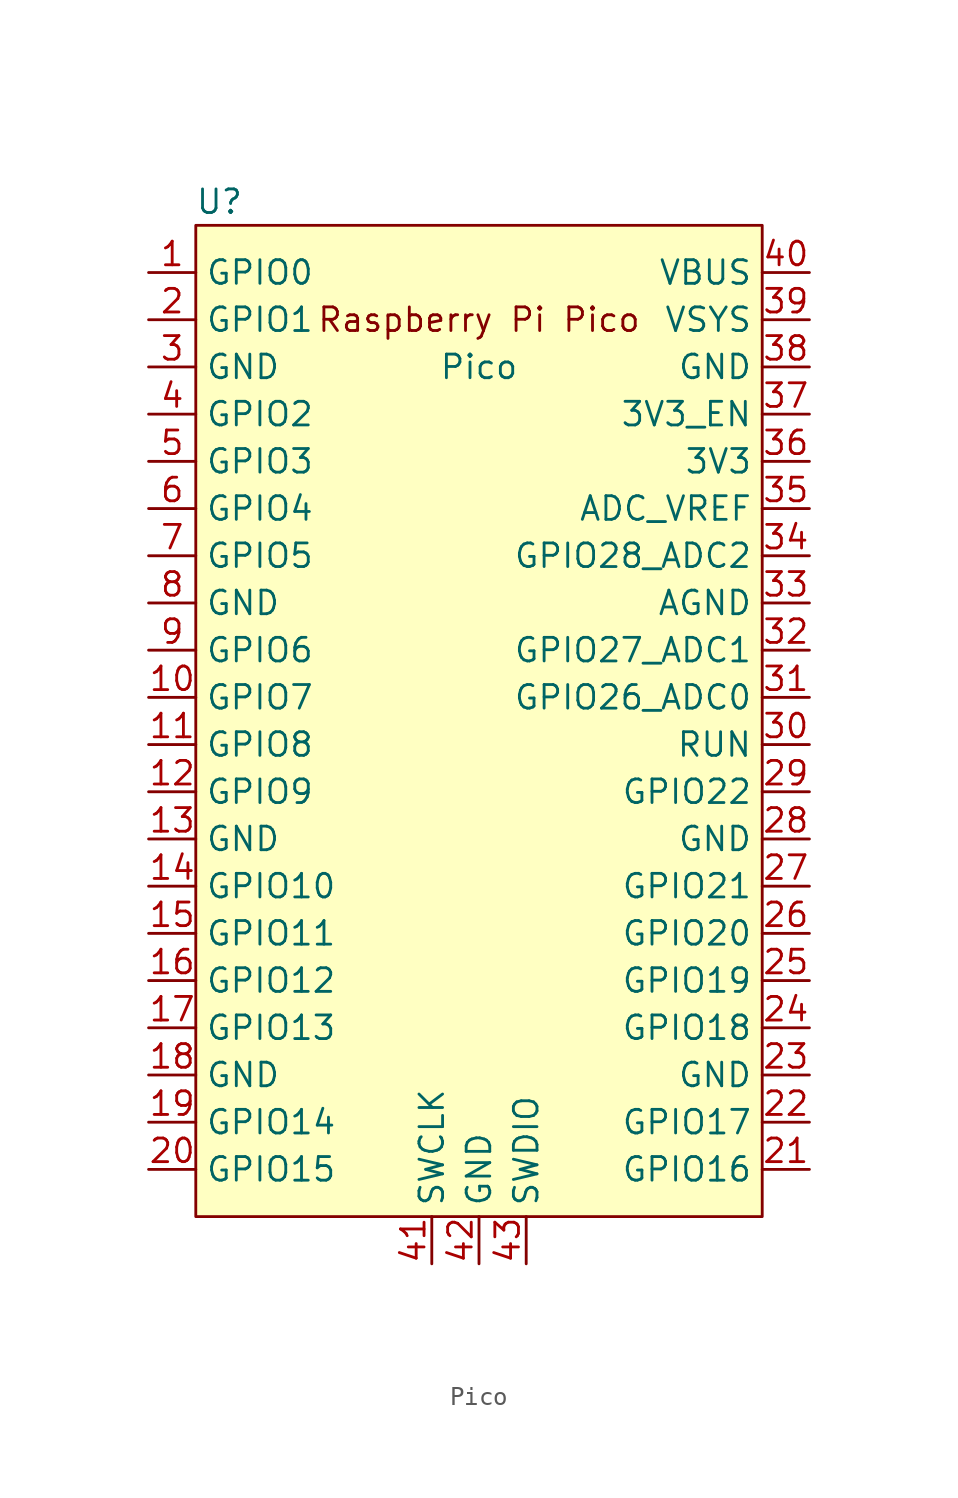
<source format=kicad_sym>
(kicad_symbol_lib
  (version 20220914)
  (generator kicad_symbol_editor)
  (symbol "Pico"
    (property "Reference" "U"
      (at -13.97 27.94 0)
      (effects (font (size 1.27 1.27))))
    (property "Value" "Pico"
      (at 0 19.05 0)
      (effects (font (size 1.27 1.27))))
    (symbol "Pico_0_0"
      (text "Raspberry Pi Pico" (at 0 21.59 0) (effects (font (size 1.27 1.27)))))
    (symbol "Pico_0_1"
      (rectangle (start -15.24 26.67) (end 15.24 -26.67) (stroke (width 0) (type solid)) (fill (type background))))
    (symbol "Pico_1_1"
      (pin bidirectional line (at -17.78 24.13 0) (length 2.54) (name "GPIO0" (effects (font (size 1.27 1.27)))) (number "1" (effects (font (size 1.27 1.27)))))
      (pin bidirectional line (at -17.78 1.27 0) (length 2.54) (name "GPIO7" (effects (font (size 1.27 1.27)))) (number "10" (effects (font (size 1.27 1.27)))))
      (pin bidirectional line (at -17.78 -1.27 0) (length 2.54) (name "GPIO8" (effects (font (size 1.27 1.27)))) (number "11" (effects (font (size 1.27 1.27)))))
      (pin bidirectional line (at -17.78 -3.81 0) (length 2.54) (name "GPIO9" (effects (font (size 1.27 1.27)))) (number "12" (effects (font (size 1.27 1.27)))))
      (pin power_in line (at -17.78 -6.35 0) (length 2.54) (name "GND" (effects (font (size 1.27 1.27)))) (number "13" (effects (font (size 1.27 1.27)))))
      (pin bidirectional line (at -17.78 -8.89 0) (length 2.54) (name "GPIO10" (effects (font (size 1.27 1.27)))) (number "14" (effects (font (size 1.27 1.27)))))
      (pin bidirectional line (at -17.78 -11.43 0) (length 2.54) (name "GPIO11" (effects (font (size 1.27 1.27)))) (number "15" (effects (font (size 1.27 1.27)))))
      (pin bidirectional line (at -17.78 -13.97 0) (length 2.54) (name "GPIO12" (effects (font (size 1.27 1.27)))) (number "16" (effects (font (size 1.27 1.27)))))
      (pin bidirectional line (at -17.78 -16.51 0) (length 2.54) (name "GPIO13" (effects (font (size 1.27 1.27)))) (number "17" (effects (font (size 1.27 1.27)))))
      (pin power_in line (at -17.78 -19.05 0) (length 2.54) (name "GND" (effects (font (size 1.27 1.27)))) (number "18" (effects (font (size 1.27 1.27)))))
      (pin bidirectional line (at -17.78 -21.59 0) (length 2.54) (name "GPIO14" (effects (font (size 1.27 1.27)))) (number "19" (effects (font (size 1.27 1.27)))))
      (pin bidirectional line (at -17.78 21.59 0) (length 2.54) (name "GPIO1" (effects (font (size 1.27 1.27)))) (number "2" (effects (font (size 1.27 1.27)))))
      (pin bidirectional line (at -17.78 -24.13 0) (length 2.54) (name "GPIO15" (effects (font (size 1.27 1.27)))) (number "20" (effects (font (size 1.27 1.27)))))
      (pin bidirectional line (at 17.78 -24.13 180) (length 2.54) (name "GPIO16" (effects (font (size 1.27 1.27)))) (number "21" (effects (font (size 1.27 1.27)))))
      (pin bidirectional line (at 17.78 -21.59 180) (length 2.54) (name "GPIO17" (effects (font (size 1.27 1.27)))) (number "22" (effects (font (size 1.27 1.27)))))
      (pin power_in line (at 17.78 -19.05 180) (length 2.54) (name "GND" (effects (font (size 1.27 1.27)))) (number "23" (effects (font (size 1.27 1.27)))))
      (pin bidirectional line (at 17.78 -16.51 180) (length 2.54) (name "GPIO18" (effects (font (size 1.27 1.27)))) (number "24" (effects (font (size 1.27 1.27)))))
      (pin bidirectional line (at 17.78 -13.97 180) (length 2.54) (name "GPIO19" (effects (font (size 1.27 1.27)))) (number "25" (effects (font (size 1.27 1.27)))))
      (pin bidirectional line (at 17.78 -11.43 180) (length 2.54) (name "GPIO20" (effects (font (size 1.27 1.27)))) (number "26" (effects (font (size 1.27 1.27)))))
      (pin bidirectional line (at 17.78 -8.89 180) (length 2.54) (name "GPIO21" (effects (font (size 1.27 1.27)))) (number "27" (effects (font (size 1.27 1.27)))))
      (pin power_in line (at 17.78 -6.35 180) (length 2.54) (name "GND" (effects (font (size 1.27 1.27)))) (number "28" (effects (font (size 1.27 1.27)))))
      (pin bidirectional line (at 17.78 -3.81 180) (length 2.54) (name "GPIO22" (effects (font (size 1.27 1.27)))) (number "29" (effects (font (size 1.27 1.27)))))
      (pin power_in line (at -17.78 19.05 0) (length 2.54) (name "GND" (effects (font (size 1.27 1.27)))) (number "3" (effects (font (size 1.27 1.27)))))
      (pin input line (at 17.78 -1.27 180) (length 2.54) (name "RUN" (effects (font (size 1.27 1.27)))) (number "30" (effects (font (size 1.27 1.27)))))
      (pin bidirectional line (at 17.78 1.27 180) (length 2.54) (name "GPIO26_ADC0" (effects (font (size 1.27 1.27)))) (number "31" (effects (font (size 1.27 1.27)))))
      (pin bidirectional line (at 17.78 3.81 180) (length 2.54) (name "GPIO27_ADC1" (effects (font (size 1.27 1.27)))) (number "32" (effects (font (size 1.27 1.27)))))
      (pin power_in line (at 17.78 6.35 180) (length 2.54) (name "AGND" (effects (font (size 1.27 1.27)))) (number "33" (effects (font (size 1.27 1.27)))))
      (pin bidirectional line (at 17.78 8.89 180) (length 2.54) (name "GPIO28_ADC2" (effects (font (size 1.27 1.27)))) (number "34" (effects (font (size 1.27 1.27)))))
      (pin power_in line (at 17.78 11.43 180) (length 2.54) (name "ADC_VREF" (effects (font (size 1.27 1.27)))) (number "35" (effects (font (size 1.27 1.27)))))
      (pin power_in line (at 17.78 13.97 180) (length 2.54) (name "3V3" (effects (font (size 1.27 1.27)))) (number "36" (effects (font (size 1.27 1.27)))))
      (pin input line (at 17.78 16.51 180) (length 2.54) (name "3V3_EN" (effects (font (size 1.27 1.27)))) (number "37" (effects (font (size 1.27 1.27)))))
      (pin bidirectional line (at 17.78 19.05 180) (length 2.54) (name "GND" (effects (font (size 1.27 1.27)))) (number "38" (effects (font (size 1.27 1.27)))))
      (pin power_in line (at 17.78 21.59 180) (length 2.54) (name "VSYS" (effects (font (size 1.27 1.27)))) (number "39" (effects (font (size 1.27 1.27)))))
      (pin bidirectional line (at -17.78 16.51 0) (length 2.54) (name "GPIO2" (effects (font (size 1.27 1.27)))) (number "4" (effects (font (size 1.27 1.27)))))
      (pin power_in line (at 17.78 24.13 180) (length 2.54) (name "VBUS" (effects (font (size 1.27 1.27)))) (number "40" (effects (font (size 1.27 1.27)))))
      (pin input line (at -2.54 -29.21 90) (length 2.54) (name "SWCLK" (effects (font (size 1.27 1.27)))) (number "41" (effects (font (size 1.27 1.27)))))
      (pin power_in line (at 0 -29.21 90) (length 2.54) (name "GND" (effects (font (size 1.27 1.27)))) (number "42" (effects (font (size 1.27 1.27)))))
      (pin bidirectional line (at 2.54 -29.21 90) (length 2.54) (name "SWDIO" (effects (font (size 1.27 1.27)))) (number "43" (effects (font (size 1.27 1.27)))))
      (pin bidirectional line (at -17.78 13.97 0) (length 2.54) (name "GPIO3" (effects (font (size 1.27 1.27)))) (number "5" (effects (font (size 1.27 1.27)))))
      (pin bidirectional line (at -17.78 11.43 0) (length 2.54) (name "GPIO4" (effects (font (size 1.27 1.27)))) (number "6" (effects (font (size 1.27 1.27)))))
      (pin bidirectional line (at -17.78 8.89 0) (length 2.54) (name "GPIO5" (effects (font (size 1.27 1.27)))) (number "7" (effects (font (size 1.27 1.27)))))
      (pin power_in line (at -17.78 6.35 0) (length 2.54) (name "GND" (effects (font (size 1.27 1.27)))) (number "8" (effects (font (size 1.27 1.27)))))
      (pin bidirectional line (at -17.78 3.81 0) (length 2.54) (name "GPIO6" (effects (font (size 1.27 1.27)))) (number "9" (effects (font (size 1.27 1.27))))))))
</source>
